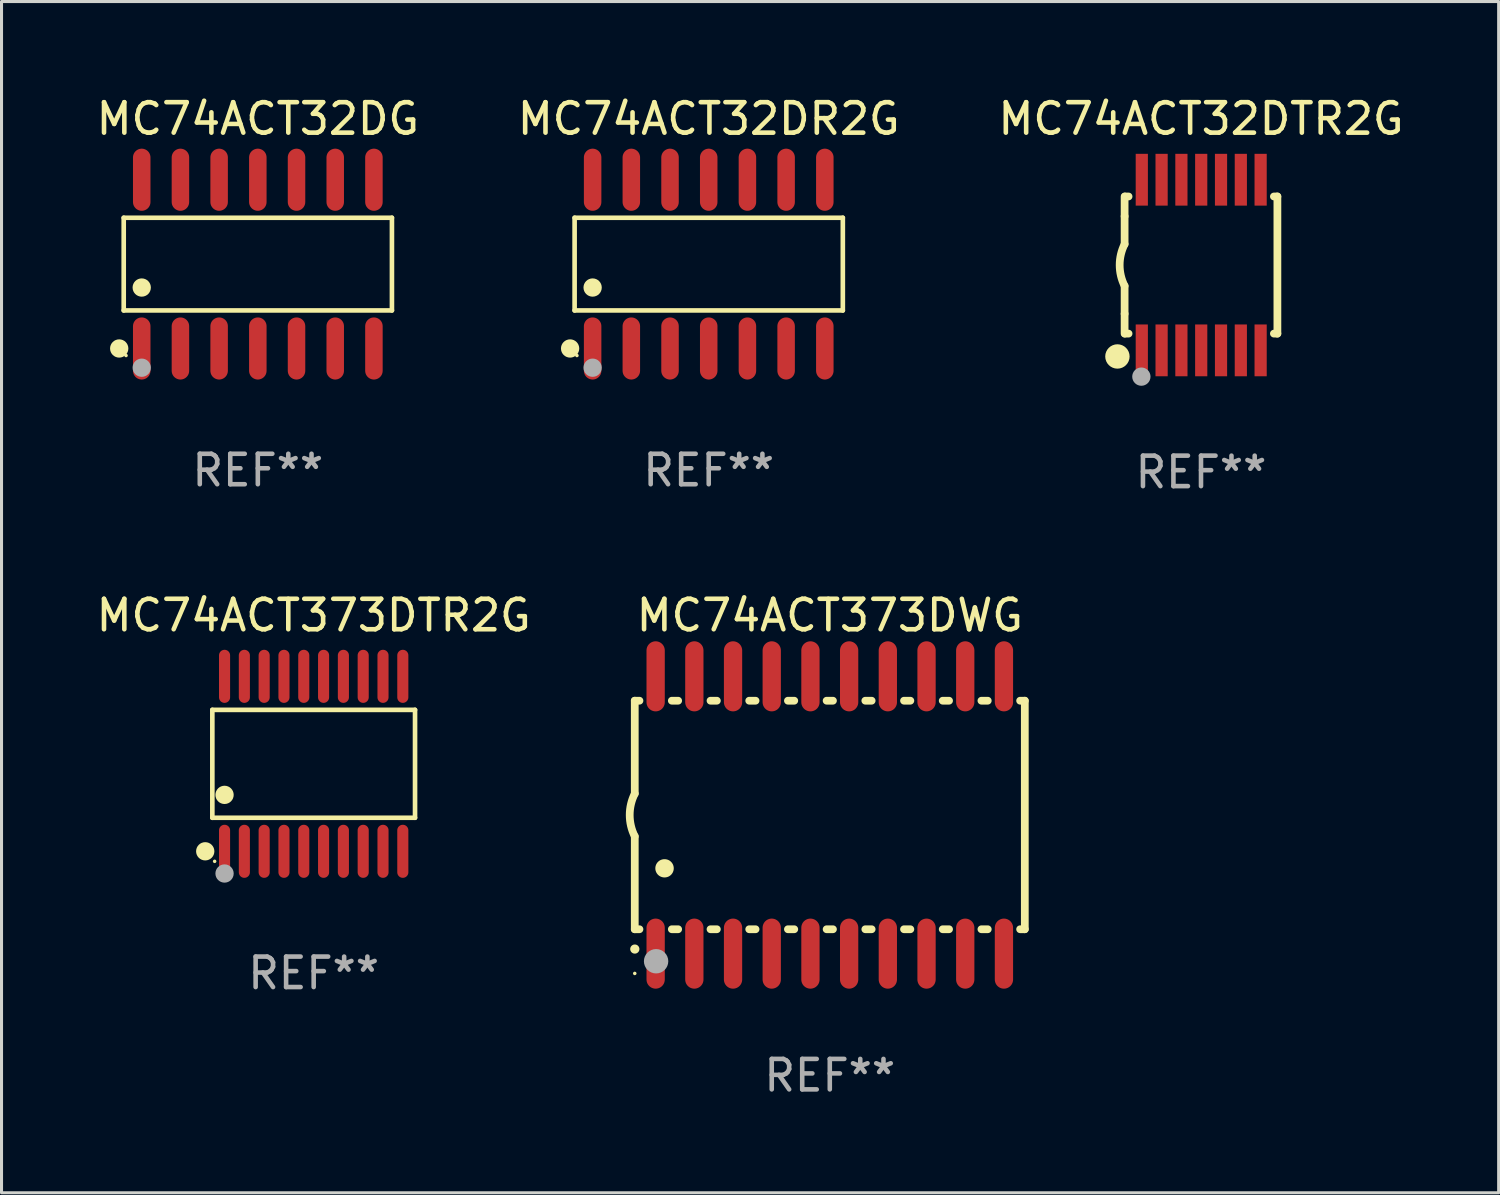
<source format=kicad_pcb>
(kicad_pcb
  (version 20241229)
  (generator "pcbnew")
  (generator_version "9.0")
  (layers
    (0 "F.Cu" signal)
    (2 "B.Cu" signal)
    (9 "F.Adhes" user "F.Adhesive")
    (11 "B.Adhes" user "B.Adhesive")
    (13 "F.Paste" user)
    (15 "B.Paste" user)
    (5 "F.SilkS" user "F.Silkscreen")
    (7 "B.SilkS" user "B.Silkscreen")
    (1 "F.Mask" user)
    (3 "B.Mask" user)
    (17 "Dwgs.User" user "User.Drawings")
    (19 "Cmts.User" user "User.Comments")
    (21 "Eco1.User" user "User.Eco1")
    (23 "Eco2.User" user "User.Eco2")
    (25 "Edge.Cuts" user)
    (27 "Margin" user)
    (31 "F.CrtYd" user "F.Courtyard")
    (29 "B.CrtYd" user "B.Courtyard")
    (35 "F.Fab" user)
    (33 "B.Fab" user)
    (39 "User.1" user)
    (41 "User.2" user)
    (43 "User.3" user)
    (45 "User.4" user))
  (footprint "MC74ACT373DWG"
    (layer "F.Cu")
    (at 24.181 23.695)
    (property "Reference" "MC74ACT373DWG" (at 0 -6.55 0) (layer "F.SilkS") (effects (font (size 1 1) (thickness 0.15))))
    (attr through_hole)
    (fp_line (start -6.4 -3.75) (end -6.4 -0.7) (stroke (width 0.254) (type solid)) (layer "F.SilkS"))
    (fp_line (start -6.4 -3.75) (end -6.246 -3.75) (stroke (width 0.254) (type solid)) (layer "F.SilkS"))
    (fp_line (start -6.4 3.75) (end -6.4 0.7) (stroke (width 0.254) (type solid)) (layer "F.SilkS"))
    (fp_line (start -6.246 3.75) (end -6.4 3.75) (stroke (width 0.254) (type solid)) (layer "F.SilkS"))
    (fp_line (start -5.184 -3.75) (end -4.976 -3.75) (stroke (width 0.254) (type solid)) (layer "F.SilkS"))
    (fp_line (start -4.976 3.75) (end -5.184 3.75) (stroke (width 0.254) (type solid)) (layer "F.SilkS"))
    (fp_line (start -3.914 -3.75) (end -3.706 -3.75) (stroke (width 0.254) (type solid)) (layer "F.SilkS"))
    (fp_line (start -3.706 3.75) (end -3.914 3.75) (stroke (width 0.254) (type solid)) (layer "F.SilkS"))
    (fp_line (start -2.644 -3.75) (end -2.436 -3.75) (stroke (width 0.254) (type solid)) (layer "F.SilkS"))
    (fp_line (start -2.436 3.75) (end -2.644 3.75) (stroke (width 0.254) (type solid)) (layer "F.SilkS"))
    (fp_line (start -1.374 -3.75) (end -1.166 -3.75) (stroke (width 0.254) (type solid)) (layer "F.SilkS"))
    (fp_line (start -1.166 3.75) (end -1.374 3.75) (stroke (width 0.254) (type solid)) (layer "F.SilkS"))
    (fp_line (start -0.104 -3.75) (end 0.104 -3.75) (stroke (width 0.254) (type solid)) (layer "F.SilkS"))
    (fp_line (start 0.104 3.75) (end -0.104 3.75) (stroke (width 0.254) (type solid)) (layer "F.SilkS"))
    (fp_line (start 1.166 -3.75) (end 1.374 -3.75) (stroke (width 0.254) (type solid)) (layer "F.SilkS"))
    (fp_line (start 1.374 3.75) (end 1.166 3.75) (stroke (width 0.254) (type solid)) (layer "F.SilkS"))
    (fp_line (start 2.436 -3.75) (end 2.644 -3.75) (stroke (width 0.254) (type solid)) (layer "F.SilkS"))
    (fp_line (start 2.644 3.75) (end 2.436 3.75) (stroke (width 0.254) (type solid)) (layer "F.SilkS"))
    (fp_line (start 3.706 -3.75) (end 3.914 -3.75) (stroke (width 0.254) (type solid)) (layer "F.SilkS"))
    (fp_line (start 3.914 3.75) (end 3.706 3.75) (stroke (width 0.254) (type solid)) (layer "F.SilkS"))
    (fp_line (start 4.976 -3.75) (end 5.184 -3.75) (stroke (width 0.254) (type solid)) (layer "F.SilkS"))
    (fp_line (start 5.184 3.75) (end 4.976 3.75) (stroke (width 0.254) (type solid)) (layer "F.SilkS"))
    (fp_line (start 6.246 -3.75) (end 6.4 -3.75) (stroke (width 0.254) (type solid)) (layer "F.SilkS"))
    (fp_line (start 6.4 -3.75) (end 6.4 3.75) (stroke (width 0.254) (type solid)) (layer "F.SilkS"))
    (fp_line (start 6.4 3.75) (end 6.246 3.75) (stroke (width 0.254) (type solid)) (layer "F.SilkS"))
    (fp_arc (start -6.400812 0.701041) (mid -6.565912 0.000428) (end -6.400025 -0.7) (stroke (width 0.254001) (type solid)) (layer "F.SilkS"))
    (fp_arc (start -6.400025 4.4) (mid -6.398755 4.399995) (end -6.397485 4.4) (stroke (width 0.3) (type solid)) (layer "F.SilkS"))
    (fp_arc (start -5.425451 1.750064) (mid -5.422911 1.750053) (end -5.420371 1.750064) (stroke (width 0.6) (type solid)) (layer "F.SilkS"))
    (fp_circle (center -6.4 5.2) (end -6.37 5.2) (stroke (width 0.06) (type solid)) (fill no) (layer "F.SilkS"))
    (fp_circle (center -5.7 4.8) (end -5.5 4.8) (stroke (width 0.4) (type solid)) (fill no) (layer "F.Fab"))
    (fp_text user "REF**" (at 0 8.55 0) (layer "F.Fab") (effects (font (size 1 1) (thickness 0.15))))
    (pad "1" smd oval (at -5.715 4.55 180) (size 0.6 2.3) (layers "F.Cu" "F.Mask" "F.Paste"))
    (pad "2" smd oval (at -4.445 4.55 180) (size 0.6 2.3) (layers "F.Cu" "F.Mask" "F.Paste"))
    (pad "3" smd oval (at -3.175 4.55 180) (size 0.6 2.3) (layers "F.Cu" "F.Mask" "F.Paste"))
    (pad "4" smd oval (at -1.905 4.55 180) (size 0.6 2.3) (layers "F.Cu" "F.Mask" "F.Paste"))
    (pad "5" smd oval (at -0.635 4.55 180) (size 0.6 2.3) (layers "F.Cu" "F.Mask" "F.Paste"))
    (pad "6" smd oval (at 0.635 4.55 180) (size 0.6 2.3) (layers "F.Cu" "F.Mask" "F.Paste"))
    (pad "7" smd oval (at 1.905 4.55 180) (size 0.6 2.3) (layers "F.Cu" "F.Mask" "F.Paste"))
    (pad "8" smd oval (at 3.175 4.55 180) (size 0.6 2.3) (layers "F.Cu" "F.Mask" "F.Paste"))
    (pad "9" smd oval (at 4.445 4.55 180) (size 0.6 2.3) (layers "F.Cu" "F.Mask" "F.Paste"))
    (pad "10" smd oval (at 5.715 4.55 180) (size 0.6 2.3) (layers "F.Cu" "F.Mask" "F.Paste"))
    (pad "11" smd oval (at 5.715 -4.55 180) (size 0.6 2.3) (layers "F.Cu" "F.Mask" "F.Paste"))
    (pad "12" smd oval (at 4.445 -4.55 180) (size 0.6 2.3) (layers "F.Cu" "F.Mask" "F.Paste"))
    (pad "13" smd oval (at 3.175 -4.55 180) (size 0.6 2.3) (layers "F.Cu" "F.Mask" "F.Paste"))
    (pad "14" smd oval (at 1.905 -4.55 180) (size 0.6 2.3) (layers "F.Cu" "F.Mask" "F.Paste"))
    (pad "15" smd oval (at 0.635 -4.55 180) (size 0.6 2.3) (layers "F.Cu" "F.Mask" "F.Paste"))
    (pad "16" smd oval (at -0.635 -4.55 180) (size 0.6 2.3) (layers "F.Cu" "F.Mask" "F.Paste"))
    (pad "17" smd oval (at -1.905 -4.55 180) (size 0.6 2.3) (layers "F.Cu" "F.Mask" "F.Paste"))
    (pad "18" smd oval (at -3.175 -4.55 180) (size 0.6 2.3) (layers "F.Cu" "F.Mask" "F.Paste"))
    (pad "19" smd oval (at -4.445 -4.55 180) (size 0.6 2.3) (layers "F.Cu" "F.Mask" "F.Paste"))
    (pad "20" smd oval (at -5.715 -4.55 180) (size 0.6 2.3) (layers "F.Cu" "F.Mask" "F.Paste")))
  (footprint "MC74ACT32DTR2G"
    (layer "F.Cu")
    (at 36.363 5.648)
    (property "Reference" "MC74ACT32DTR2G" (at 0 -4.8 0) (layer "F.SilkS") (effects (font (size 1 1) (thickness 0.15))))
    (attr through_hole)
    (fp_line (start -2.507 -1.6) (end -2.507 -2.25) (stroke (width 0.254) (type solid)) (layer "F.SilkS"))
    (fp_line (start -2.507 -0.686) (end -2.507 -1.6) (stroke (width 0.254) (type solid)) (layer "F.SilkS"))
    (fp_line (start -2.507 1.6) (end -2.507 0.686) (stroke (width 0.254) (type solid)) (layer "F.SilkS"))
    (fp_line (start -2.507 1.6) (end -2.507 2.25) (stroke (width 0.254) (type solid)) (layer "F.SilkS"))
    (fp_line (start -2.493 -2.25) (end -2.377 -2.25) (stroke (width 0.254) (type solid)) (layer "F.SilkS"))
    (fp_line (start -2.377 2.25) (end -2.493 2.25) (stroke (width 0.254) (type solid)) (layer "F.SilkS"))
    (fp_line (start 2.392 -2.25) (end 2.507 -2.25) (stroke (width 0.254) (type solid)) (layer "F.SilkS"))
    (fp_line (start 2.507 -2.25) (end 2.507 2.25) (stroke (width 0.254) (type solid)) (layer "F.SilkS"))
    (fp_line (start 2.507 2.25) (end 2.392 2.25) (stroke (width 0.254) (type solid)) (layer "F.SilkS"))
    (fp_arc (start -2.507303 0.685802) (mid -2.669199 0) (end -2.507303 -0.685801) (stroke (width 0.254001) (type solid)) (layer "F.SilkS"))
    (fp_circle (center -2.743 3) (end -2.543 3) (stroke (width 0.4) (type solid)) (fill no) (layer "F.SilkS"))
    (fp_circle (center -2.493 3.2) (end -2.463 3.2) (stroke (width 0.06) (type solid)) (fill no) (layer "F.SilkS"))
    (fp_circle (center -1.957 3.662) (end -1.807 3.662) (stroke (width 0.3) (type solid)) (fill no) (layer "F.Fab"))
    (fp_text user "REF**" (at 0 6.8 0) (layer "F.Fab") (effects (font (size 1 1) (thickness 0.15))))
    (pad "1" smd rect (at -1.943 2.8) (size 0.4 1.7) (layers "F.Cu" "F.Mask" "F.Paste"))
    (pad "2" smd rect (at -1.293 2.8) (size 0.4 1.7) (layers "F.Cu" "F.Mask" "F.Paste"))
    (pad "3" smd rect (at -0.643 2.8) (size 0.4 1.7) (layers "F.Cu" "F.Mask" "F.Paste"))
    (pad "4" smd rect (at 0.007 2.8) (size 0.4 1.7) (layers "F.Cu" "F.Mask" "F.Paste"))
    (pad "5" smd rect (at 0.657 2.8) (size 0.4 1.7) (layers "F.Cu" "F.Mask" "F.Paste"))
    (pad "6" smd rect (at 1.307 2.8) (size 0.4 1.7) (layers "F.Cu" "F.Mask" "F.Paste"))
    (pad "7" smd rect (at 1.957 2.8) (size 0.4 1.7) (layers "F.Cu" "F.Mask" "F.Paste"))
    (pad "8" smd rect (at 1.957 -2.8) (size 0.4 1.7) (layers "F.Cu" "F.Mask" "F.Paste"))
    (pad "9" smd rect (at 1.307 -2.8) (size 0.4 1.7) (layers "F.Cu" "F.Mask" "F.Paste"))
    (pad "10" smd rect (at 0.657 -2.8) (size 0.4 1.7) (layers "F.Cu" "F.Mask" "F.Paste"))
    (pad "11" smd rect (at 0.007 -2.8) (size 0.4 1.7) (layers "F.Cu" "F.Mask" "F.Paste"))
    (pad "12" smd rect (at -0.643 -2.8) (size 0.4 1.7) (layers "F.Cu" "F.Mask" "F.Paste"))
    (pad "13" smd rect (at -1.293 -2.8) (size 0.4 1.7) (layers "F.Cu" "F.Mask" "F.Paste"))
    (pad "14" smd rect (at -1.943 -2.8) (size 0.4 1.7) (layers "F.Cu" "F.Mask" "F.Paste")))
  (footprint "MC74ACT32DR2G"
    (layer "F.Cu")
    (at 20.208 5.617)
    (property "Reference" "MC74ACT32DR2G" (at 0 -4.769 0) (layer "F.SilkS") (effects (font (size 1 1) (thickness 0.15))))
    (attr through_hole)
    (fp_line (start -4.401 -1.521) (end 4.401 -1.521) (stroke (width 0.152) (type solid)) (layer "F.SilkS"))
    (fp_line (start -4.401 1.521) (end -4.401 -1.521) (stroke (width 0.152) (type solid)) (layer "F.SilkS"))
    (fp_line (start 4.401 -1.521) (end 4.401 1.521) (stroke (width 0.152) (type solid)) (layer "F.SilkS"))
    (fp_line (start 4.401 1.521) (end -4.401 1.521) (stroke (width 0.152) (type solid)) (layer "F.SilkS"))
    (fp_circle (center -4.549 2.769) (end -4.399 2.769) (stroke (width 0.3) (type solid)) (fill no) (layer "F.SilkS"))
    (fp_circle (center -4.325 3) (end -4.295 3) (stroke (width 0.06) (type solid)) (fill no) (layer "F.SilkS"))
    (fp_circle (center -3.81 0.769) (end -3.66 0.769) (stroke (width 0.3) (type solid)) (fill no) (layer "F.SilkS"))
    (fp_circle (center -3.81 3.4) (end -3.66 3.4) (stroke (width 0.3) (type solid)) (fill no) (layer "F.Fab"))
    (fp_text user "REF**" (at 0 6.769 0) (layer "F.Fab") (effects (font (size 1 1) (thickness 0.15))))
    (pad "1" smd oval (at -3.81 2.769) (size 0.574 2.038) (layers "F.Cu" "F.Mask" "F.Paste"))
    (pad "2" smd oval (at -2.54 2.769) (size 0.574 2.038) (layers "F.Cu" "F.Mask" "F.Paste"))
    (pad "3" smd oval (at -1.27 2.769) (size 0.574 2.038) (layers "F.Cu" "F.Mask" "F.Paste"))
    (pad "4" smd oval (at 0 2.769) (size 0.574 2.038) (layers "F.Cu" "F.Mask" "F.Paste"))
    (pad "5" smd oval (at 1.27 2.769) (size 0.574 2.038) (layers "F.Cu" "F.Mask" "F.Paste"))
    (pad "6" smd oval (at 2.54 2.769) (size 0.574 2.038) (layers "F.Cu" "F.Mask" "F.Paste"))
    (pad "7" smd oval (at 3.81 2.769) (size 0.574 2.038) (layers "F.Cu" "F.Mask" "F.Paste"))
    (pad "8" smd oval (at 3.81 -2.769) (size 0.574 2.038) (layers "F.Cu" "F.Mask" "F.Paste"))
    (pad "9" smd oval (at 2.54 -2.769) (size 0.574 2.038) (layers "F.Cu" "F.Mask" "F.Paste"))
    (pad "10" smd oval (at 1.27 -2.769) (size 0.574 2.038) (layers "F.Cu" "F.Mask" "F.Paste"))
    (pad "11" smd oval (at 0 -2.769) (size 0.574 2.038) (layers "F.Cu" "F.Mask" "F.Paste"))
    (pad "12" smd oval (at -1.27 -2.769) (size 0.574 2.038) (layers "F.Cu" "F.Mask" "F.Paste"))
    (pad "13" smd oval (at -2.54 -2.769) (size 0.574 2.038) (layers "F.Cu" "F.Mask" "F.Paste"))
    (pad "14" smd oval (at -3.81 -2.769) (size 0.574 2.038) (layers "F.Cu" "F.Mask" "F.Paste")))
  (footprint "MC74ACT32DG"
    (layer "F.Cu")
    (at 5.411 5.617)
    (property "Reference" "MC74ACT32DG" (at 0 -4.769 0) (layer "F.SilkS") (effects (font (size 1 1) (thickness 0.15))))
    (attr through_hole)
    (fp_line (start -4.401 -1.521) (end 4.401 -1.521) (stroke (width 0.152) (type solid)) (layer "F.SilkS"))
    (fp_line (start -4.401 1.521) (end -4.401 -1.521) (stroke (width 0.152) (type solid)) (layer "F.SilkS"))
    (fp_line (start 4.401 -1.521) (end 4.401 1.521) (stroke (width 0.152) (type solid)) (layer "F.SilkS"))
    (fp_line (start 4.401 1.521) (end -4.401 1.521) (stroke (width 0.152) (type solid)) (layer "F.SilkS"))
    (fp_circle (center -4.549 2.769) (end -4.399 2.769) (stroke (width 0.3) (type solid)) (fill no) (layer "F.SilkS"))
    (fp_circle (center -4.325 3) (end -4.295 3) (stroke (width 0.06) (type solid)) (fill no) (layer "F.SilkS"))
    (fp_circle (center -3.81 0.769) (end -3.66 0.769) (stroke (width 0.3) (type solid)) (fill no) (layer "F.SilkS"))
    (fp_circle (center -3.81 3.4) (end -3.66 3.4) (stroke (width 0.3) (type solid)) (fill no) (layer "F.Fab"))
    (fp_text user "REF**" (at 0 6.769 0) (layer "F.Fab") (effects (font (size 1 1) (thickness 0.15))))
    (pad "1" smd oval (at -3.81 2.769) (size 0.574 2.038) (layers "F.Cu" "F.Mask" "F.Paste"))
    (pad "2" smd oval (at -2.54 2.769) (size 0.574 2.038) (layers "F.Cu" "F.Mask" "F.Paste"))
    (pad "3" smd oval (at -1.27 2.769) (size 0.574 2.038) (layers "F.Cu" "F.Mask" "F.Paste"))
    (pad "4" smd oval (at 0 2.769) (size 0.574 2.038) (layers "F.Cu" "F.Mask" "F.Paste"))
    (pad "5" smd oval (at 1.27 2.769) (size 0.574 2.038) (layers "F.Cu" "F.Mask" "F.Paste"))
    (pad "6" smd oval (at 2.54 2.769) (size 0.574 2.038) (layers "F.Cu" "F.Mask" "F.Paste"))
    (pad "7" smd oval (at 3.81 2.769) (size 0.574 2.038) (layers "F.Cu" "F.Mask" "F.Paste"))
    (pad "8" smd oval (at 3.81 -2.769) (size 0.574 2.038) (layers "F.Cu" "F.Mask" "F.Paste"))
    (pad "9" smd oval (at 2.54 -2.769) (size 0.574 2.038) (layers "F.Cu" "F.Mask" "F.Paste"))
    (pad "10" smd oval (at 1.27 -2.769) (size 0.574 2.038) (layers "F.Cu" "F.Mask" "F.Paste"))
    (pad "11" smd oval (at 0 -2.769) (size 0.574 2.038) (layers "F.Cu" "F.Mask" "F.Paste"))
    (pad "12" smd oval (at -1.27 -2.769) (size 0.574 2.038) (layers "F.Cu" "F.Mask" "F.Paste"))
    (pad "13" smd oval (at -2.54 -2.769) (size 0.574 2.038) (layers "F.Cu" "F.Mask" "F.Paste"))
    (pad "14" smd oval (at -3.81 -2.769) (size 0.574 2.038) (layers "F.Cu" "F.Mask" "F.Paste")))
  (footprint "MC74ACT373DTR2G"
    (layer "F.Cu")
    (at 7.244 22.016)
    (property "Reference" "MC74ACT373DTR2G" (at 0 -4.871 0) (layer "F.SilkS") (effects (font (size 1 1) (thickness 0.15))))
    (attr through_hole)
    (fp_line (start -3.326 -1.771) (end 3.326 -1.771) (stroke (width 0.152) (type solid)) (layer "F.SilkS"))
    (fp_line (start -3.326 1.771) (end -3.326 -1.771) (stroke (width 0.152) (type solid)) (layer "F.SilkS"))
    (fp_line (start 3.326 -1.771) (end 3.326 1.771) (stroke (width 0.152) (type solid)) (layer "F.SilkS"))
    (fp_line (start 3.326 1.771) (end -3.326 1.771) (stroke (width 0.152) (type solid)) (layer "F.SilkS"))
    (fp_circle (center -3.559 2.871) (end -3.409 2.871) (stroke (width 0.3) (type solid)) (fill no) (layer "F.SilkS"))
    (fp_circle (center -3.25 3.2) (end -3.22 3.2) (stroke (width 0.06) (type solid)) (fill no) (layer "F.SilkS"))
    (fp_circle (center -2.925 1.019) (end -2.775 1.019) (stroke (width 0.3) (type solid)) (fill no) (layer "F.SilkS"))
    (fp_circle (center -2.925 3.6) (end -2.775 3.6) (stroke (width 0.3) (type solid)) (fill no) (layer "F.Fab"))
    (fp_text user "REF**" (at 0 6.871 0) (layer "F.Fab") (effects (font (size 1 1) (thickness 0.15))))
    (pad "1" smd oval (at -2.925 2.871) (size 0.364 1.742) (layers "F.Cu" "F.Mask" "F.Paste"))
    (pad "2" smd oval (at -2.275 2.871) (size 0.364 1.742) (layers "F.Cu" "F.Mask" "F.Paste"))
    (pad "3" smd oval (at -1.625 2.871) (size 0.364 1.742) (layers "F.Cu" "F.Mask" "F.Paste"))
    (pad "4" smd oval (at -0.975 2.871) (size 0.364 1.742) (layers "F.Cu" "F.Mask" "F.Paste"))
    (pad "5" smd oval (at -0.325 2.871) (size 0.364 1.742) (layers "F.Cu" "F.Mask" "F.Paste"))
    (pad "6" smd oval (at 0.325 2.871) (size 0.364 1.742) (layers "F.Cu" "F.Mask" "F.Paste"))
    (pad "7" smd oval (at 0.975 2.871) (size 0.364 1.742) (layers "F.Cu" "F.Mask" "F.Paste"))
    (pad "8" smd oval (at 1.625 2.871) (size 0.364 1.742) (layers "F.Cu" "F.Mask" "F.Paste"))
    (pad "9" smd oval (at 2.275 2.871) (size 0.364 1.742) (layers "F.Cu" "F.Mask" "F.Paste"))
    (pad "10" smd oval (at 2.925 2.871) (size 0.364 1.742) (layers "F.Cu" "F.Mask" "F.Paste"))
    (pad "11" smd oval (at 2.925 -2.871) (size 0.364 1.742) (layers "F.Cu" "F.Mask" "F.Paste"))
    (pad "12" smd oval (at 2.275 -2.871) (size 0.364 1.742) (layers "F.Cu" "F.Mask" "F.Paste"))
    (pad "13" smd oval (at 1.625 -2.871) (size 0.364 1.742) (layers "F.Cu" "F.Mask" "F.Paste"))
    (pad "14" smd oval (at 0.975 -2.871) (size 0.364 1.742) (layers "F.Cu" "F.Mask" "F.Paste"))
    (pad "15" smd oval (at 0.325 -2.871) (size 0.364 1.742) (layers "F.Cu" "F.Mask" "F.Paste"))
    (pad "16" smd oval (at -0.325 -2.871) (size 0.364 1.742) (layers "F.Cu" "F.Mask" "F.Paste"))
    (pad "17" smd oval (at -0.975 -2.871) (size 0.364 1.742) (layers "F.Cu" "F.Mask" "F.Paste"))
    (pad "18" smd oval (at -1.625 -2.871) (size 0.364 1.742) (layers "F.Cu" "F.Mask" "F.Paste"))
    (pad "19" smd oval (at -2.275 -2.871) (size 0.364 1.742) (layers "F.Cu" "F.Mask" "F.Paste"))
    (pad "20" smd oval (at -2.925 -2.871) (size 0.364 1.742) (layers "F.Cu" "F.Mask" "F.Paste")))
  (gr_rect
    (start -3 -3)
    (end 46.131 36.093)
    (stroke (width 0.1) (type default))
    (fill no)
    (layer "Edge.Cuts")))
</source>
